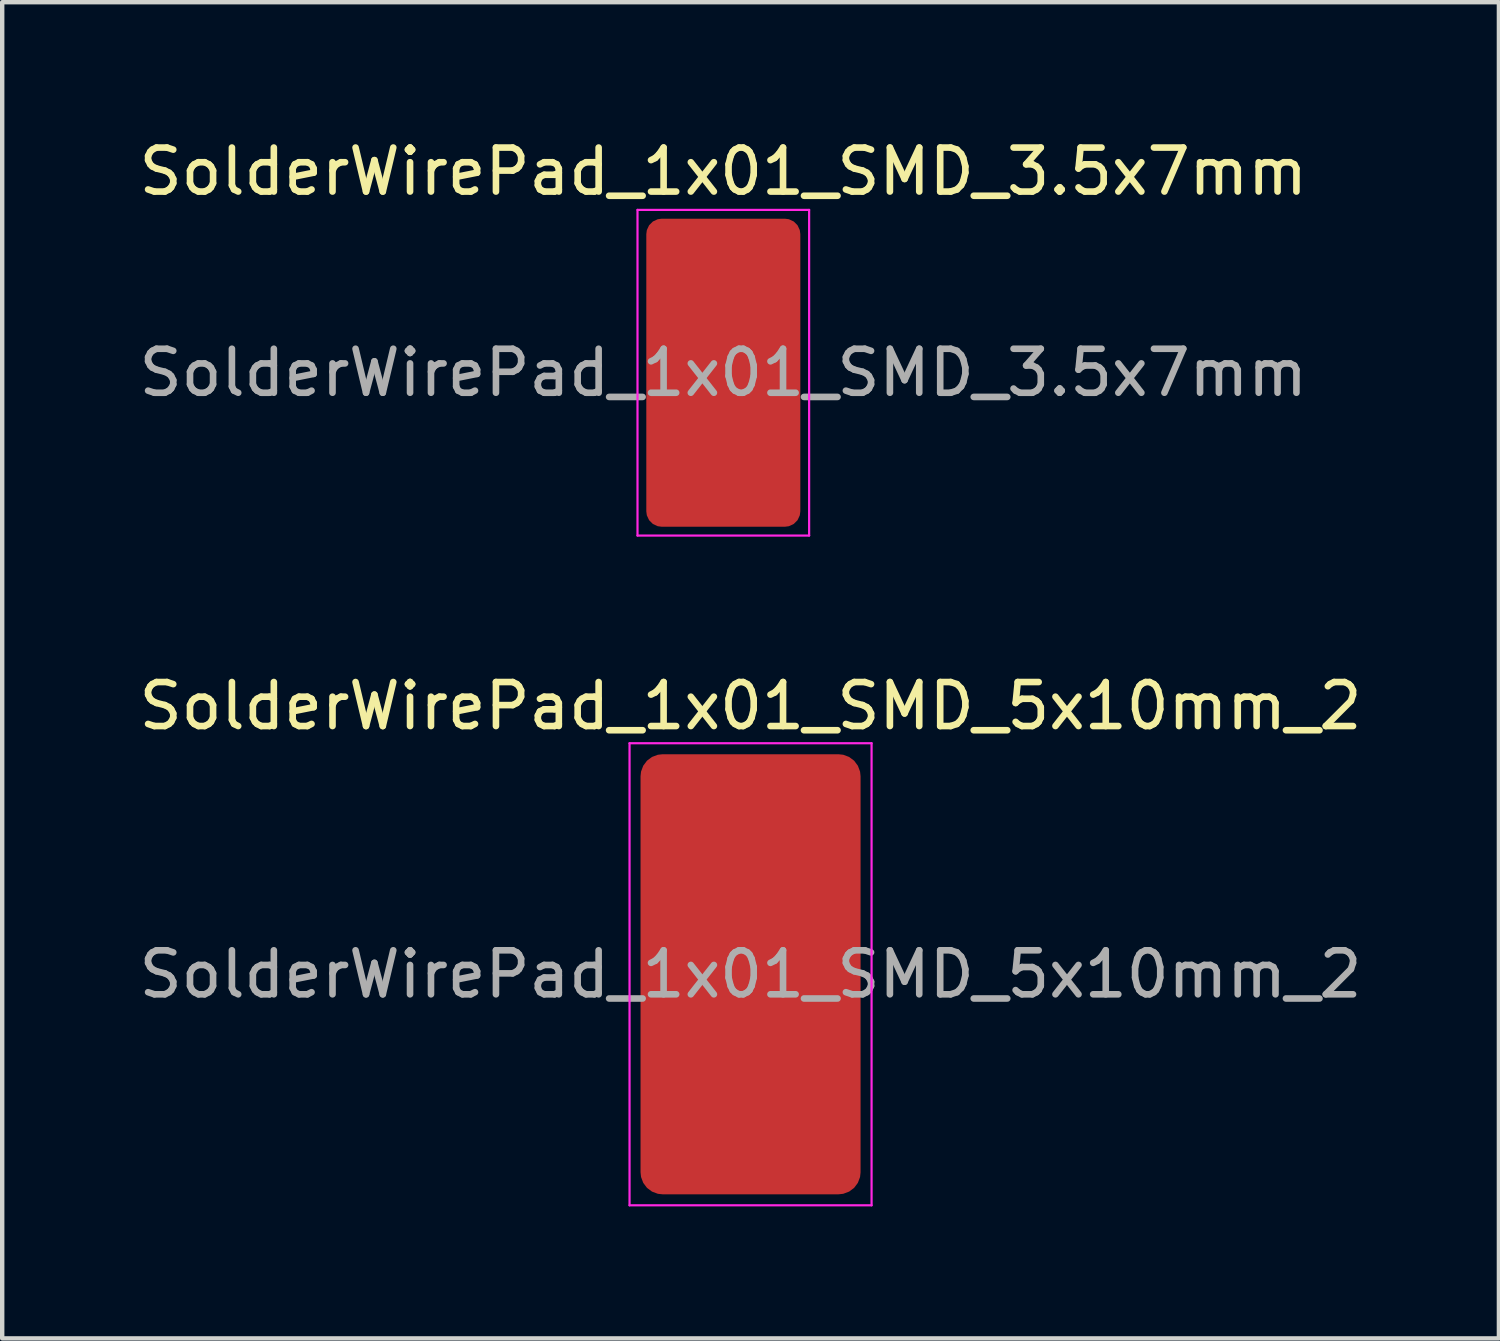
<source format=kicad_pcb>
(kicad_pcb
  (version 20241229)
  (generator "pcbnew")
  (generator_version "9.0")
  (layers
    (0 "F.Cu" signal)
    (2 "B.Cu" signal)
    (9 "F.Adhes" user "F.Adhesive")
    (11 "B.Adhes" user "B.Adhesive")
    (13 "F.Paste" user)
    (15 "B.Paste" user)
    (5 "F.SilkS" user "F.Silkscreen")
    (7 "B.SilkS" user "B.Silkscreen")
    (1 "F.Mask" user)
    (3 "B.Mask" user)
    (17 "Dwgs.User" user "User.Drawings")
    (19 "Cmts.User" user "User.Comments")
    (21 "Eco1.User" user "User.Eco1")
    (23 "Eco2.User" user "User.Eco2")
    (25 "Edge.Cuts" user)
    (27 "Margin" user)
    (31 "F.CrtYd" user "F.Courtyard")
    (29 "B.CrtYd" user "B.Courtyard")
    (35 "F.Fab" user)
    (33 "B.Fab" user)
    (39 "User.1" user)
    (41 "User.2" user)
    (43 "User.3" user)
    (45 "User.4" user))
  (footprint "SolderWirePad_1x01_SMD_3.5x7mm"
    (layer "F.Cu")
    (at 13.387 5.42)
    (property "Reference" "SolderWirePad_1x01_SMD_3.5x7mm" (at 0 -4.572 0) (layer "F.SilkS") (effects (font (size 1 1) (thickness 0.15))))
    (attr exclude_from_pos_files exclude_from_bom)
    (fp_line (start -1.95 -3.7) (end -1.95 3.7) (stroke (width 0.05) (type solid)) (layer "F.CrtYd"))
    (fp_line (start -1.95 3.7) (end 1.95 3.7) (stroke (width 0.05) (type solid)) (layer "F.CrtYd"))
    (fp_line (start 1.95 -3.7) (end -1.95 -3.7) (stroke (width 0.05) (type solid)) (layer "F.CrtYd"))
    (fp_line (start 1.95 3.7) (end 1.95 -3.7) (stroke (width 0.05) (type solid)) (layer "F.CrtYd"))
    (fp_text user "${REFERENCE}" (at 0 0 0) (layer "F.Fab") (effects (font (size 1 1) (thickness 0.15))))
    (pad "1" smd roundrect (at 0 0) (size 3.5 7) (layers "F.Cu" "F.Mask" "F.Paste") (roundrect_rratio 0.1)))
  (footprint "SolderWirePad_1x01_SMD_5x10mm_2"
    (layer "F.Cu")
    (at 14.006 19.09)
    (property "Reference" "SolderWirePad_1x01_SMD_5x10mm_2" (at 0 -6.096 0) (layer "F.SilkS") (effects (font (size 1 1) (thickness 0.15))))
    (attr smd exclude_from_pos_files exclude_from_bom)
    (fp_line (start -2.75 -5.25) (end -2.75 5.25) (stroke (width 0.05) (type solid)) (layer "F.CrtYd"))
    (fp_line (start -2.75 5.25) (end 2.75 5.25) (stroke (width 0.05) (type solid)) (layer "F.CrtYd"))
    (fp_line (start 2.75 -5.25) (end -2.75 -5.25) (stroke (width 0.05) (type solid)) (layer "F.CrtYd"))
    (fp_line (start 2.75 5.25) (end 2.75 -5.25) (stroke (width 0.05) (type solid)) (layer "F.CrtYd"))
    (fp_text user "${REFERENCE}" (at 0 0 0) (layer "F.Fab") (effects (font (size 1 1) (thickness 0.15))))
    (pad "1" smd roundrect (at 0 0) (size 5 10) (layers "F.Cu" "F.Mask" "F.Paste") (roundrect_rratio 0.1)))
  (gr_rect
    (start -3 -3)
    (end 31.012 27.364)
    (stroke (width 0.1) (type default))
    (fill no)
    (layer "Edge.Cuts")))
</source>
